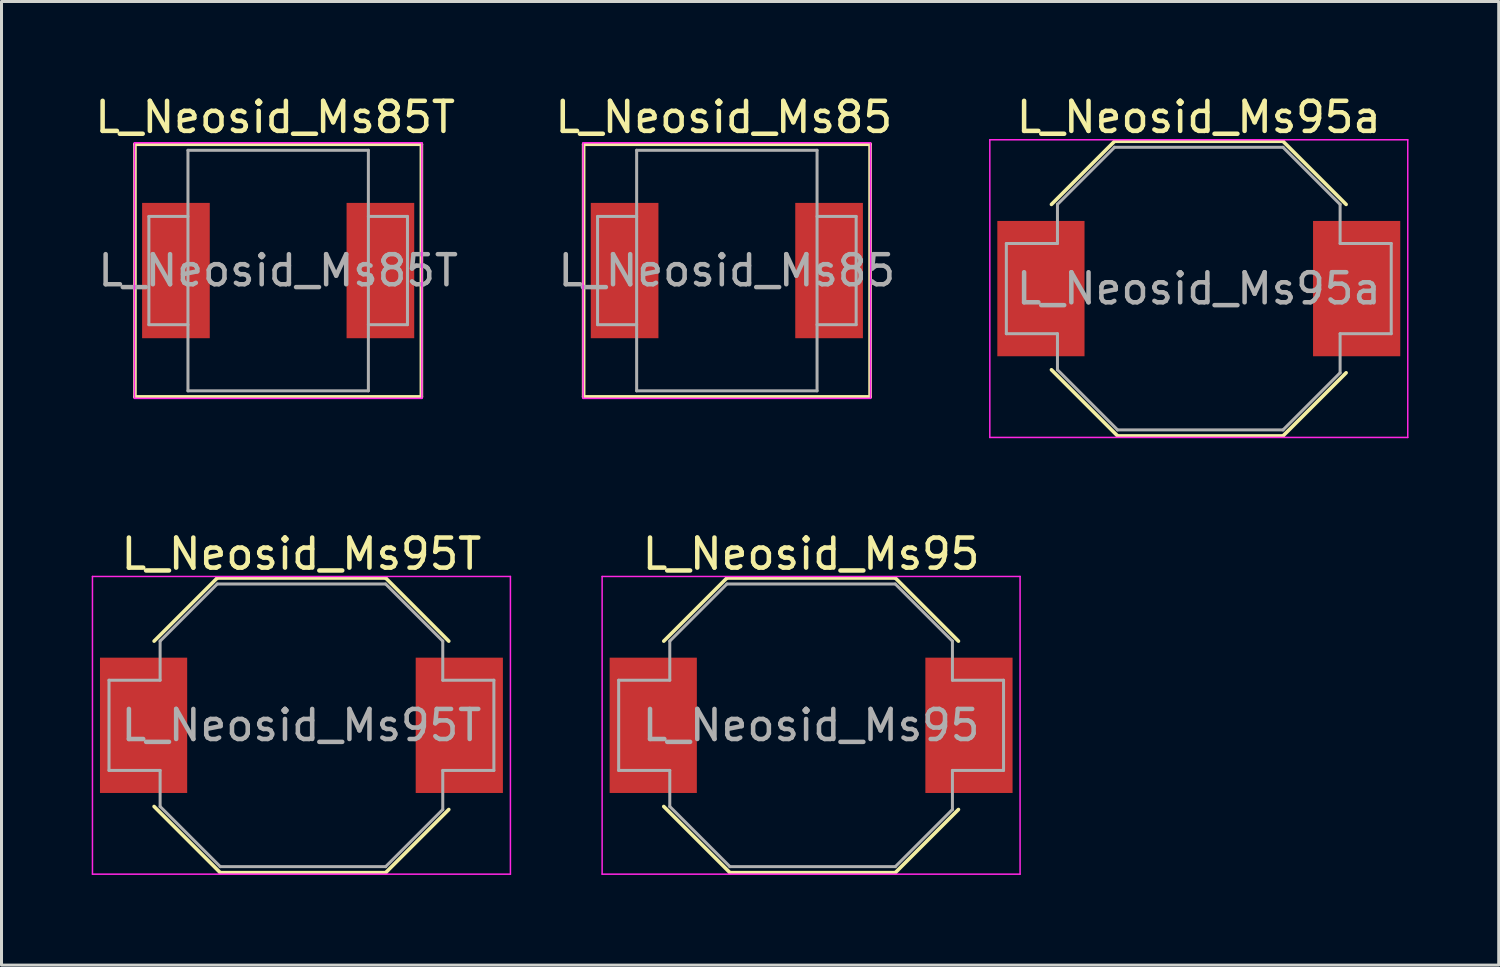
<source format=kicad_pcb>
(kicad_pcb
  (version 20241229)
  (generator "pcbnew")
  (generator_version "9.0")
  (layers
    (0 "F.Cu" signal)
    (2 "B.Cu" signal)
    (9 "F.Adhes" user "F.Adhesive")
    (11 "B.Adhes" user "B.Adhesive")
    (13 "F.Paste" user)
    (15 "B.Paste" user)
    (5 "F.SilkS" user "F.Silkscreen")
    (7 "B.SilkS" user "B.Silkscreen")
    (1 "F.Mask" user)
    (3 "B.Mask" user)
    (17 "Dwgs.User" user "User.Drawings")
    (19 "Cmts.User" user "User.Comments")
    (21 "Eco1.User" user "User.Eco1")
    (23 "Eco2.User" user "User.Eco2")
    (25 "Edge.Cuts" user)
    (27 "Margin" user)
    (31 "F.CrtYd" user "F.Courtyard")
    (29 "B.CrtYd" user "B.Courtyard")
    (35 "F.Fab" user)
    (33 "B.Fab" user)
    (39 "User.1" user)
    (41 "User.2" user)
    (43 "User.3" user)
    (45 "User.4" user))
  (footprint "L_Neosid_Ms85"
    (layer "F.Cu")
    (at 21.123 5.948)
    (property "Reference" "L_Neosid_Ms85" (at -0.1 -5.1 0) (layer "F.SilkS") (effects (font (size 1 1) (thickness 0.15))))
    (attr smd)
    (fp_line (start -4.763 -4.2) (end -4.763 4.2) (stroke (width 0.12) (type solid)) (layer "F.SilkS"))
    (fp_line (start -4.763 4.2) (end 4.763 4.2) (stroke (width 0.12) (type solid)) (layer "F.SilkS"))
    (fp_line (start 4.763 -4.2) (end -4.763 -4.2) (stroke (width 0.12) (type solid)) (layer "F.SilkS"))
    (fp_line (start 4.763 4.2) (end 4.763 -4.2) (stroke (width 0.12) (type solid)) (layer "F.SilkS"))
    (fp_line (start -4.78 -4.25) (end -4.78 4.25) (stroke (width 0.05) (type solid)) (layer "F.CrtYd"))
    (fp_line (start -4.78 -4.25) (end 4.78 -4.25) (stroke (width 0.05) (type solid)) (layer "F.CrtYd"))
    (fp_line (start 4.78 4.25) (end -4.78 4.25) (stroke (width 0.05) (type solid)) (layer "F.CrtYd"))
    (fp_line (start 4.78 4.25) (end 4.78 -4.25) (stroke (width 0.05) (type solid)) (layer "F.CrtYd"))
    (fp_line (start -4.3 -1.8) (end -4.3 1.8) (stroke (width 0.1) (type solid)) (layer "F.Fab"))
    (fp_line (start -4.3 -1.8) (end -3 -1.8) (stroke (width 0.1) (type solid)) (layer "F.Fab"))
    (fp_line (start -4.3 1.8) (end -3 1.8) (stroke (width 0.1) (type solid)) (layer "F.Fab"))
    (fp_line (start -3 -4) (end 3 -4) (stroke (width 0.1) (type solid)) (layer "F.Fab"))
    (fp_line (start -3 4) (end -3 -4) (stroke (width 0.1) (type solid)) (layer "F.Fab"))
    (fp_line (start 3 -4) (end 3 4) (stroke (width 0.1) (type solid)) (layer "F.Fab"))
    (fp_line (start 3 1.8) (end 4.3 1.8) (stroke (width 0.1) (type solid)) (layer "F.Fab"))
    (fp_line (start 3 4) (end -3 4) (stroke (width 0.1) (type solid)) (layer "F.Fab"))
    (fp_line (start 4.3 -1.8) (end 3 -1.8) (stroke (width 0.1) (type solid)) (layer "F.Fab"))
    (fp_line (start 4.3 1.8) (end 4.3 -1.8) (stroke (width 0.1) (type solid)) (layer "F.Fab"))
    (fp_text user "${REFERENCE}" (at 0 0 0) (layer "F.Fab") (effects (font (size 1 1) (thickness 0.15))))
    (pad "1" smd rect (at -3.4 0) (size 2.25 4.5) (layers "F.Cu" "F.Mask" "F.Paste"))
    (pad "2" smd rect (at 3.4 0) (size 2.25 4.5) (layers "F.Cu" "F.Mask" "F.Paste")))
  (footprint "L_Neosid_Ms95T"
    (layer "F.Cu")
    (at 6.975 21.072)
    (property "Reference" "L_Neosid_Ms95T" (at 0 -5.7 0) (layer "F.SilkS") (effects (font (size 1 1) (thickness 0.15))))
    (attr smd)
    (fp_line (start -4.9 -2.8) (end -2.8 -4.9) (stroke (width 0.12) (type solid)) (layer "F.SilkS"))
    (fp_line (start -2.8 -4.9) (end 2.8 -4.9) (stroke (width 0.12) (type solid)) (layer "F.SilkS"))
    (fp_line (start -2.7 4.9) (end -4.9 2.7) (stroke (width 0.12) (type solid)) (layer "F.SilkS"))
    (fp_line (start -2.7 4.9) (end 2.8 4.9) (stroke (width 0.12) (type solid)) (layer "F.SilkS"))
    (fp_line (start 2.8 -4.9) (end 4.9 -2.8) (stroke (width 0.12) (type solid)) (layer "F.SilkS"))
    (fp_line (start 2.8 4.9) (end 4.9 2.8) (stroke (width 0.12) (type solid)) (layer "F.SilkS"))
    (fp_line (start -6.95 -4.95) (end -6.95 4.95) (stroke (width 0.05) (type solid)) (layer "F.CrtYd"))
    (fp_line (start -6.95 -4.95) (end 6.95 -4.95) (stroke (width 0.05) (type solid)) (layer "F.CrtYd"))
    (fp_line (start 6.95 4.95) (end -6.95 4.95) (stroke (width 0.05) (type solid)) (layer "F.CrtYd"))
    (fp_line (start 6.95 4.95) (end 6.95 -4.95) (stroke (width 0.05) (type solid)) (layer "F.CrtYd"))
    (fp_line (start -6.4 -1.5) (end -6.4 1.5) (stroke (width 0.1) (type solid)) (layer "F.Fab"))
    (fp_line (start -6.4 -1.5) (end -4.7 -1.5) (stroke (width 0.1) (type solid)) (layer "F.Fab"))
    (fp_line (start -6.4 1.5) (end -4.7 1.5) (stroke (width 0.1) (type solid)) (layer "F.Fab"))
    (fp_line (start -4.7 -1.5) (end -4.7 -2.8) (stroke (width 0.1) (type solid)) (layer "F.Fab"))
    (fp_line (start -4.7 1.5) (end -4.7 2.7) (stroke (width 0.1) (type solid)) (layer "F.Fab"))
    (fp_line (start -4.7 2.7) (end -2.7 4.7) (stroke (width 0.1) (type solid)) (layer "F.Fab"))
    (fp_line (start -2.8 -4.7) (end -4.7 -2.8) (stroke (width 0.1) (type solid)) (layer "F.Fab"))
    (fp_line (start 2.8 -4.7) (end -2.8 -4.7) (stroke (width 0.1) (type solid)) (layer "F.Fab"))
    (fp_line (start 2.8 4.7) (end -2.7 4.7) (stroke (width 0.1) (type solid)) (layer "F.Fab"))
    (fp_line (start 4.7 -2.8) (end 2.8 -4.7) (stroke (width 0.1) (type solid)) (layer "F.Fab"))
    (fp_line (start 4.7 -1.5) (end 4.7 -2.8) (stroke (width 0.1) (type solid)) (layer "F.Fab"))
    (fp_line (start 4.7 1.5) (end 6.4 1.5) (stroke (width 0.1) (type solid)) (layer "F.Fab"))
    (fp_line (start 4.7 2.8) (end 2.8 4.7) (stroke (width 0.1) (type solid)) (layer "F.Fab"))
    (fp_line (start 4.7 2.8) (end 4.7 1.5) (stroke (width 0.1) (type solid)) (layer "F.Fab"))
    (fp_line (start 6.4 -1.5) (end 4.7 -1.5) (stroke (width 0.1) (type solid)) (layer "F.Fab"))
    (fp_line (start 6.4 1.5) (end 6.4 -1.5) (stroke (width 0.1) (type solid)) (layer "F.Fab"))
    (fp_text user "${REFERENCE}" (at 0 0 0) (layer "F.Fab") (effects (font (size 1 1) (thickness 0.15))))
    (pad "1" smd rect (at -5.25 0) (size 2.9 4.5) (layers "F.Cu" "F.Mask" "F.Paste"))
    (pad "2" smd rect (at 5.25 0) (size 2.9 4.5) (layers "F.Cu" "F.Mask" "F.Paste")))
  (footprint "L_Neosid_Ms95"
    (layer "F.Cu")
    (at 23.925 21.072)
    (property "Reference" "L_Neosid_Ms95" (at 0 -5.7 0) (layer "F.SilkS") (effects (font (size 1 1) (thickness 0.15))))
    (attr smd)
    (fp_line (start -4.9 -2.8) (end -2.8 -4.9) (stroke (width 0.12) (type solid)) (layer "F.SilkS"))
    (fp_line (start -2.8 -4.9) (end 2.8 -4.9) (stroke (width 0.12) (type solid)) (layer "F.SilkS"))
    (fp_line (start -2.7 4.9) (end -4.9 2.7) (stroke (width 0.12) (type solid)) (layer "F.SilkS"))
    (fp_line (start -2.7 4.9) (end 2.8 4.9) (stroke (width 0.12) (type solid)) (layer "F.SilkS"))
    (fp_line (start 2.8 -4.9) (end 4.9 -2.8) (stroke (width 0.12) (type solid)) (layer "F.SilkS"))
    (fp_line (start 2.8 4.9) (end 4.9 2.8) (stroke (width 0.12) (type solid)) (layer "F.SilkS"))
    (fp_line (start -6.95 -4.95) (end -6.95 4.95) (stroke (width 0.05) (type solid)) (layer "F.CrtYd"))
    (fp_line (start -6.95 -4.95) (end 6.95 -4.95) (stroke (width 0.05) (type solid)) (layer "F.CrtYd"))
    (fp_line (start 6.95 4.95) (end -6.95 4.95) (stroke (width 0.05) (type solid)) (layer "F.CrtYd"))
    (fp_line (start 6.95 4.95) (end 6.95 -4.95) (stroke (width 0.05) (type solid)) (layer "F.CrtYd"))
    (fp_line (start -6.4 -1.5) (end -6.4 1.5) (stroke (width 0.1) (type solid)) (layer "F.Fab"))
    (fp_line (start -6.4 -1.5) (end -4.7 -1.5) (stroke (width 0.1) (type solid)) (layer "F.Fab"))
    (fp_line (start -6.4 1.5) (end -4.7 1.5) (stroke (width 0.1) (type solid)) (layer "F.Fab"))
    (fp_line (start -4.7 -1.5) (end -4.7 -2.8) (stroke (width 0.1) (type solid)) (layer "F.Fab"))
    (fp_line (start -4.7 1.5) (end -4.7 2.7) (stroke (width 0.1) (type solid)) (layer "F.Fab"))
    (fp_line (start -4.7 2.7) (end -2.7 4.7) (stroke (width 0.1) (type solid)) (layer "F.Fab"))
    (fp_line (start -2.8 -4.7) (end -4.7 -2.8) (stroke (width 0.1) (type solid)) (layer "F.Fab"))
    (fp_line (start 2.8 -4.7) (end -2.8 -4.7) (stroke (width 0.1) (type solid)) (layer "F.Fab"))
    (fp_line (start 2.8 4.7) (end -2.7 4.7) (stroke (width 0.1) (type solid)) (layer "F.Fab"))
    (fp_line (start 4.7 -2.8) (end 2.8 -4.7) (stroke (width 0.1) (type solid)) (layer "F.Fab"))
    (fp_line (start 4.7 -1.5) (end 4.7 -2.8) (stroke (width 0.1) (type solid)) (layer "F.Fab"))
    (fp_line (start 4.7 1.5) (end 6.4 1.5) (stroke (width 0.1) (type solid)) (layer "F.Fab"))
    (fp_line (start 4.7 2.8) (end 2.8 4.7) (stroke (width 0.1) (type solid)) (layer "F.Fab"))
    (fp_line (start 4.7 2.8) (end 4.7 1.5) (stroke (width 0.1) (type solid)) (layer "F.Fab"))
    (fp_line (start 6.4 -1.5) (end 4.7 -1.5) (stroke (width 0.1) (type solid)) (layer "F.Fab"))
    (fp_line (start 6.4 1.5) (end 6.4 -1.5) (stroke (width 0.1) (type solid)) (layer "F.Fab"))
    (fp_text user "${REFERENCE}" (at 0 0 0) (layer "F.Fab") (effects (font (size 1 1) (thickness 0.15))))
    (pad "1" smd rect (at -5.25 0) (size 2.9 4.5) (layers "F.Cu" "F.Mask" "F.Paste"))
    (pad "2" smd rect (at 5.25 0) (size 2.9 4.5) (layers "F.Cu" "F.Mask" "F.Paste")))
  (footprint "L_Neosid_Ms85T"
    (layer "F.Cu")
    (at 6.201 5.948)
    (property "Reference" "L_Neosid_Ms85T" (at -0.1 -5.1 0) (layer "F.SilkS") (effects (font (size 1 1) (thickness 0.15))))
    (attr smd)
    (fp_line (start -4.763 -4.2) (end -4.763 4.2) (stroke (width 0.12) (type solid)) (layer "F.SilkS"))
    (fp_line (start -4.763 4.2) (end 4.763 4.2) (stroke (width 0.12) (type solid)) (layer "F.SilkS"))
    (fp_line (start 4.763 -4.2) (end -4.763 -4.2) (stroke (width 0.12) (type solid)) (layer "F.SilkS"))
    (fp_line (start 4.763 4.2) (end 4.763 -4.2) (stroke (width 0.12) (type solid)) (layer "F.SilkS"))
    (fp_line (start -4.78 -4.25) (end -4.78 4.25) (stroke (width 0.05) (type solid)) (layer "F.CrtYd"))
    (fp_line (start -4.78 -4.25) (end 4.78 -4.25) (stroke (width 0.05) (type solid)) (layer "F.CrtYd"))
    (fp_line (start 4.78 4.25) (end -4.78 4.25) (stroke (width 0.05) (type solid)) (layer "F.CrtYd"))
    (fp_line (start 4.78 4.25) (end 4.78 -4.25) (stroke (width 0.05) (type solid)) (layer "F.CrtYd"))
    (fp_line (start -4.3 -1.8) (end -4.3 1.8) (stroke (width 0.1) (type solid)) (layer "F.Fab"))
    (fp_line (start -4.3 -1.8) (end -3 -1.8) (stroke (width 0.1) (type solid)) (layer "F.Fab"))
    (fp_line (start -4.3 1.8) (end -3 1.8) (stroke (width 0.1) (type solid)) (layer "F.Fab"))
    (fp_line (start -3 -4) (end 3 -4) (stroke (width 0.1) (type solid)) (layer "F.Fab"))
    (fp_line (start -3 4) (end -3 -4) (stroke (width 0.1) (type solid)) (layer "F.Fab"))
    (fp_line (start 3 -4) (end 3 4) (stroke (width 0.1) (type solid)) (layer "F.Fab"))
    (fp_line (start 3 1.8) (end 4.3 1.8) (stroke (width 0.1) (type solid)) (layer "F.Fab"))
    (fp_line (start 3 4) (end -3 4) (stroke (width 0.1) (type solid)) (layer "F.Fab"))
    (fp_line (start 4.3 -1.8) (end 3 -1.8) (stroke (width 0.1) (type solid)) (layer "F.Fab"))
    (fp_line (start 4.3 1.8) (end 4.3 -1.8) (stroke (width 0.1) (type solid)) (layer "F.Fab"))
    (fp_text user "${REFERENCE}" (at 0 0 0) (layer "F.Fab") (effects (font (size 1 1) (thickness 0.15))))
    (pad "1" smd rect (at -3.4 0) (size 2.25 4.5) (layers "F.Cu" "F.Mask" "F.Paste"))
    (pad "2" smd rect (at 3.4 0) (size 2.25 4.5) (layers "F.Cu" "F.Mask" "F.Paste")))
  (footprint "L_Neosid_Ms95a"
    (layer "F.Cu")
    (at 36.818 6.548)
    (property "Reference" "L_Neosid_Ms95a" (at 0 -5.7 0) (layer "F.SilkS") (effects (font (size 1 1) (thickness 0.15))))
    (attr smd)
    (fp_line (start -4.9 -2.8) (end -2.8 -4.9) (stroke (width 0.12) (type solid)) (layer "F.SilkS"))
    (fp_line (start -2.8 -4.9) (end 2.8 -4.9) (stroke (width 0.12) (type solid)) (layer "F.SilkS"))
    (fp_line (start -2.7 4.9) (end -4.9 2.7) (stroke (width 0.12) (type solid)) (layer "F.SilkS"))
    (fp_line (start -2.7 4.9) (end 2.8 4.9) (stroke (width 0.12) (type solid)) (layer "F.SilkS"))
    (fp_line (start 2.8 -4.9) (end 4.9 -2.8) (stroke (width 0.12) (type solid)) (layer "F.SilkS"))
    (fp_line (start 2.8 4.9) (end 4.9 2.8) (stroke (width 0.12) (type solid)) (layer "F.SilkS"))
    (fp_line (start -6.95 -4.95) (end -6.95 4.95) (stroke (width 0.05) (type solid)) (layer "F.CrtYd"))
    (fp_line (start -6.95 -4.95) (end 6.95 -4.95) (stroke (width 0.05) (type solid)) (layer "F.CrtYd"))
    (fp_line (start 6.95 4.95) (end -6.95 4.95) (stroke (width 0.05) (type solid)) (layer "F.CrtYd"))
    (fp_line (start 6.95 4.95) (end 6.95 -4.95) (stroke (width 0.05) (type solid)) (layer "F.CrtYd"))
    (fp_line (start -6.4 -1.5) (end -6.4 1.5) (stroke (width 0.1) (type solid)) (layer "F.Fab"))
    (fp_line (start -6.4 -1.5) (end -4.7 -1.5) (stroke (width 0.1) (type solid)) (layer "F.Fab"))
    (fp_line (start -6.4 1.5) (end -4.7 1.5) (stroke (width 0.1) (type solid)) (layer "F.Fab"))
    (fp_line (start -4.7 -1.5) (end -4.7 -2.8) (stroke (width 0.1) (type solid)) (layer "F.Fab"))
    (fp_line (start -4.7 1.5) (end -4.7 2.7) (stroke (width 0.1) (type solid)) (layer "F.Fab"))
    (fp_line (start -4.7 2.7) (end -2.7 4.7) (stroke (width 0.1) (type solid)) (layer "F.Fab"))
    (fp_line (start -2.8 -4.7) (end -4.7 -2.8) (stroke (width 0.1) (type solid)) (layer "F.Fab"))
    (fp_line (start 2.8 -4.7) (end -2.8 -4.7) (stroke (width 0.1) (type solid)) (layer "F.Fab"))
    (fp_line (start 2.8 4.7) (end -2.7 4.7) (stroke (width 0.1) (type solid)) (layer "F.Fab"))
    (fp_line (start 4.7 -2.8) (end 2.8 -4.7) (stroke (width 0.1) (type solid)) (layer "F.Fab"))
    (fp_line (start 4.7 -1.5) (end 4.7 -2.8) (stroke (width 0.1) (type solid)) (layer "F.Fab"))
    (fp_line (start 4.7 1.5) (end 6.4 1.5) (stroke (width 0.1) (type solid)) (layer "F.Fab"))
    (fp_line (start 4.7 2.8) (end 2.8 4.7) (stroke (width 0.1) (type solid)) (layer "F.Fab"))
    (fp_line (start 4.7 2.8) (end 4.7 1.5) (stroke (width 0.1) (type solid)) (layer "F.Fab"))
    (fp_line (start 6.4 -1.5) (end 4.7 -1.5) (stroke (width 0.1) (type solid)) (layer "F.Fab"))
    (fp_line (start 6.4 1.5) (end 6.4 -1.5) (stroke (width 0.1) (type solid)) (layer "F.Fab"))
    (fp_text user "${REFERENCE}" (at 0 0 0) (layer "F.Fab") (effects (font (size 1 1) (thickness 0.15))))
    (pad "1" smd rect (at -5.25 0) (size 2.9 4.5) (layers "F.Cu" "F.Mask" "F.Paste"))
    (pad "2" smd rect (at 5.25 0) (size 2.9 4.5) (layers "F.Cu" "F.Mask" "F.Paste")))
  (gr_rect
    (start -3 -3)
    (end 46.793 29.047)
    (stroke (width 0.1) (type default))
    (fill no)
    (layer "Edge.Cuts")))
</source>
